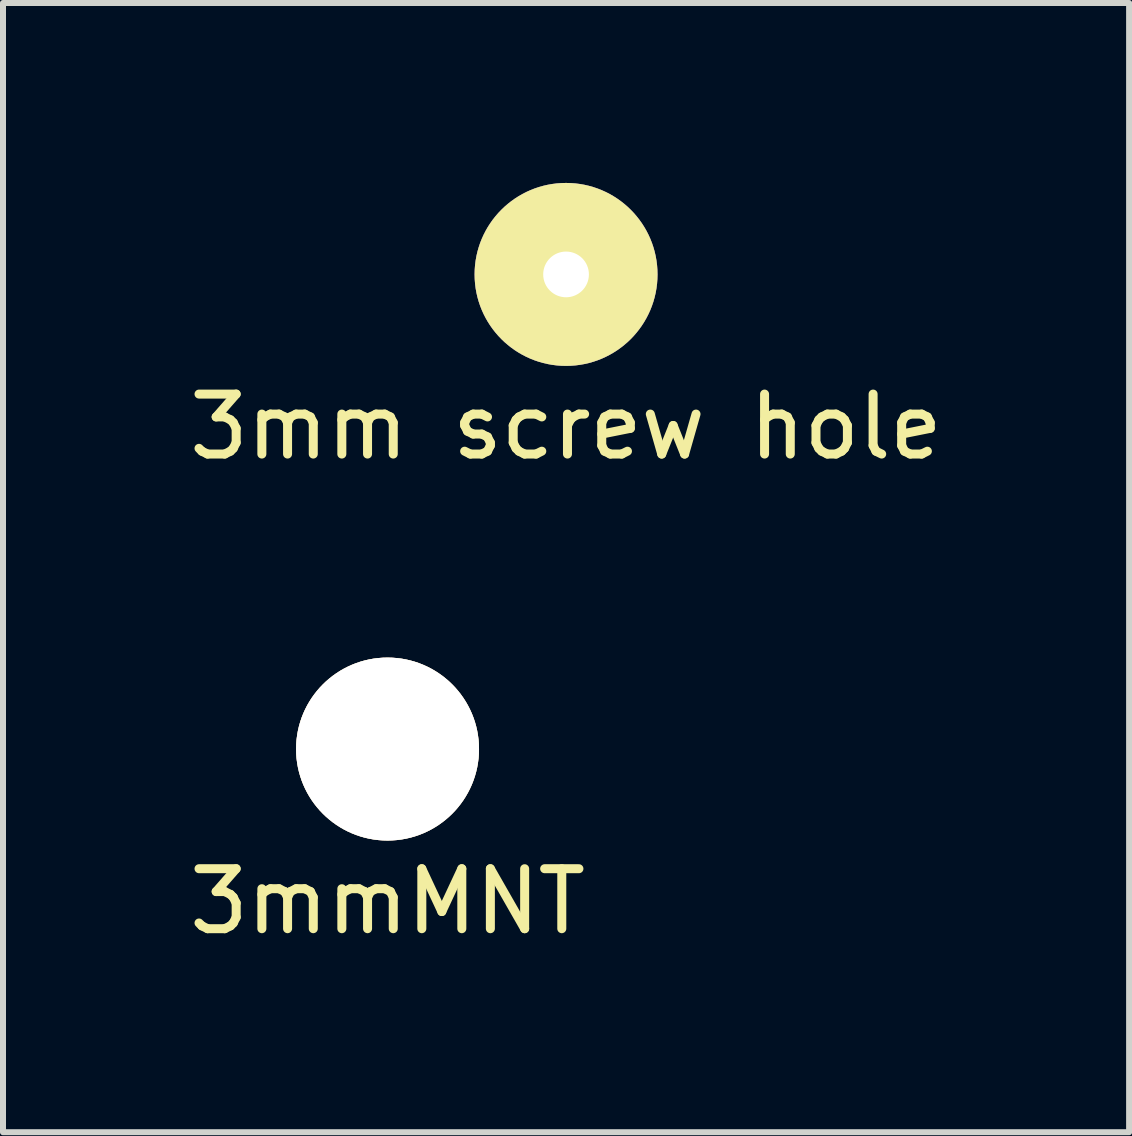
<source format=kicad_pcb>
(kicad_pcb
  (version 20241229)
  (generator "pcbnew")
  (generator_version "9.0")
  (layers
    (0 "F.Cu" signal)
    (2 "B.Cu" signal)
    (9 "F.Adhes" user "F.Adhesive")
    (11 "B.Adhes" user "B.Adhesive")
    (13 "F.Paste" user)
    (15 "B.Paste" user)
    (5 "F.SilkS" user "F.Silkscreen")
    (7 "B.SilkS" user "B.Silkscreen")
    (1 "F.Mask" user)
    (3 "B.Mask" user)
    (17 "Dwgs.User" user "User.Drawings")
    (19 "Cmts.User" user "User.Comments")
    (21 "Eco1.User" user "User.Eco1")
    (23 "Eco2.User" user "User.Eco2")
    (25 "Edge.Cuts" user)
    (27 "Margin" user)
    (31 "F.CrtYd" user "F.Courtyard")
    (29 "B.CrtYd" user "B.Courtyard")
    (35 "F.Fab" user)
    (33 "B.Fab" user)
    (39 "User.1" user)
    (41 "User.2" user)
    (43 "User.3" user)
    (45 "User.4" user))
  (footprint "3mm screw hole"
    (layer "F.Cu")
    (at 6.387 1.525)
    (property "Reference" "3mm screw hole" (at 0 2.54 0) (layer "F.SilkS") (effects (font (size 1 1) (thickness 0.15))))
    (attr through_hole)
    (pad "1" thru_hole circle (at 0 0) (size 3.05 3.05) (drill 0.762) (layers "*.Cu" "*.Mask" "F.SilkS")))
  (footprint "3mmMNT"
    (layer "F.Cu")
    (at 3.411 9.438)
    (property "Reference" "3mmMNT" (at 0 2.54 0) (layer "F.SilkS") (effects (font (size 1 1) (thickness 0.15))))
    (attr through_hole)
    (pad "1" thru_hole circle (at 0 0) (size 3.05 3.05) (drill 3.05) (layers "*.Cu" "*.Mask" "F.SilkS")))
  (gr_rect
    (start -3 -3)
    (end 15.774 15.826)
    (stroke (width 0.1) (type default))
    (fill no)
    (layer "Edge.Cuts")))
</source>
